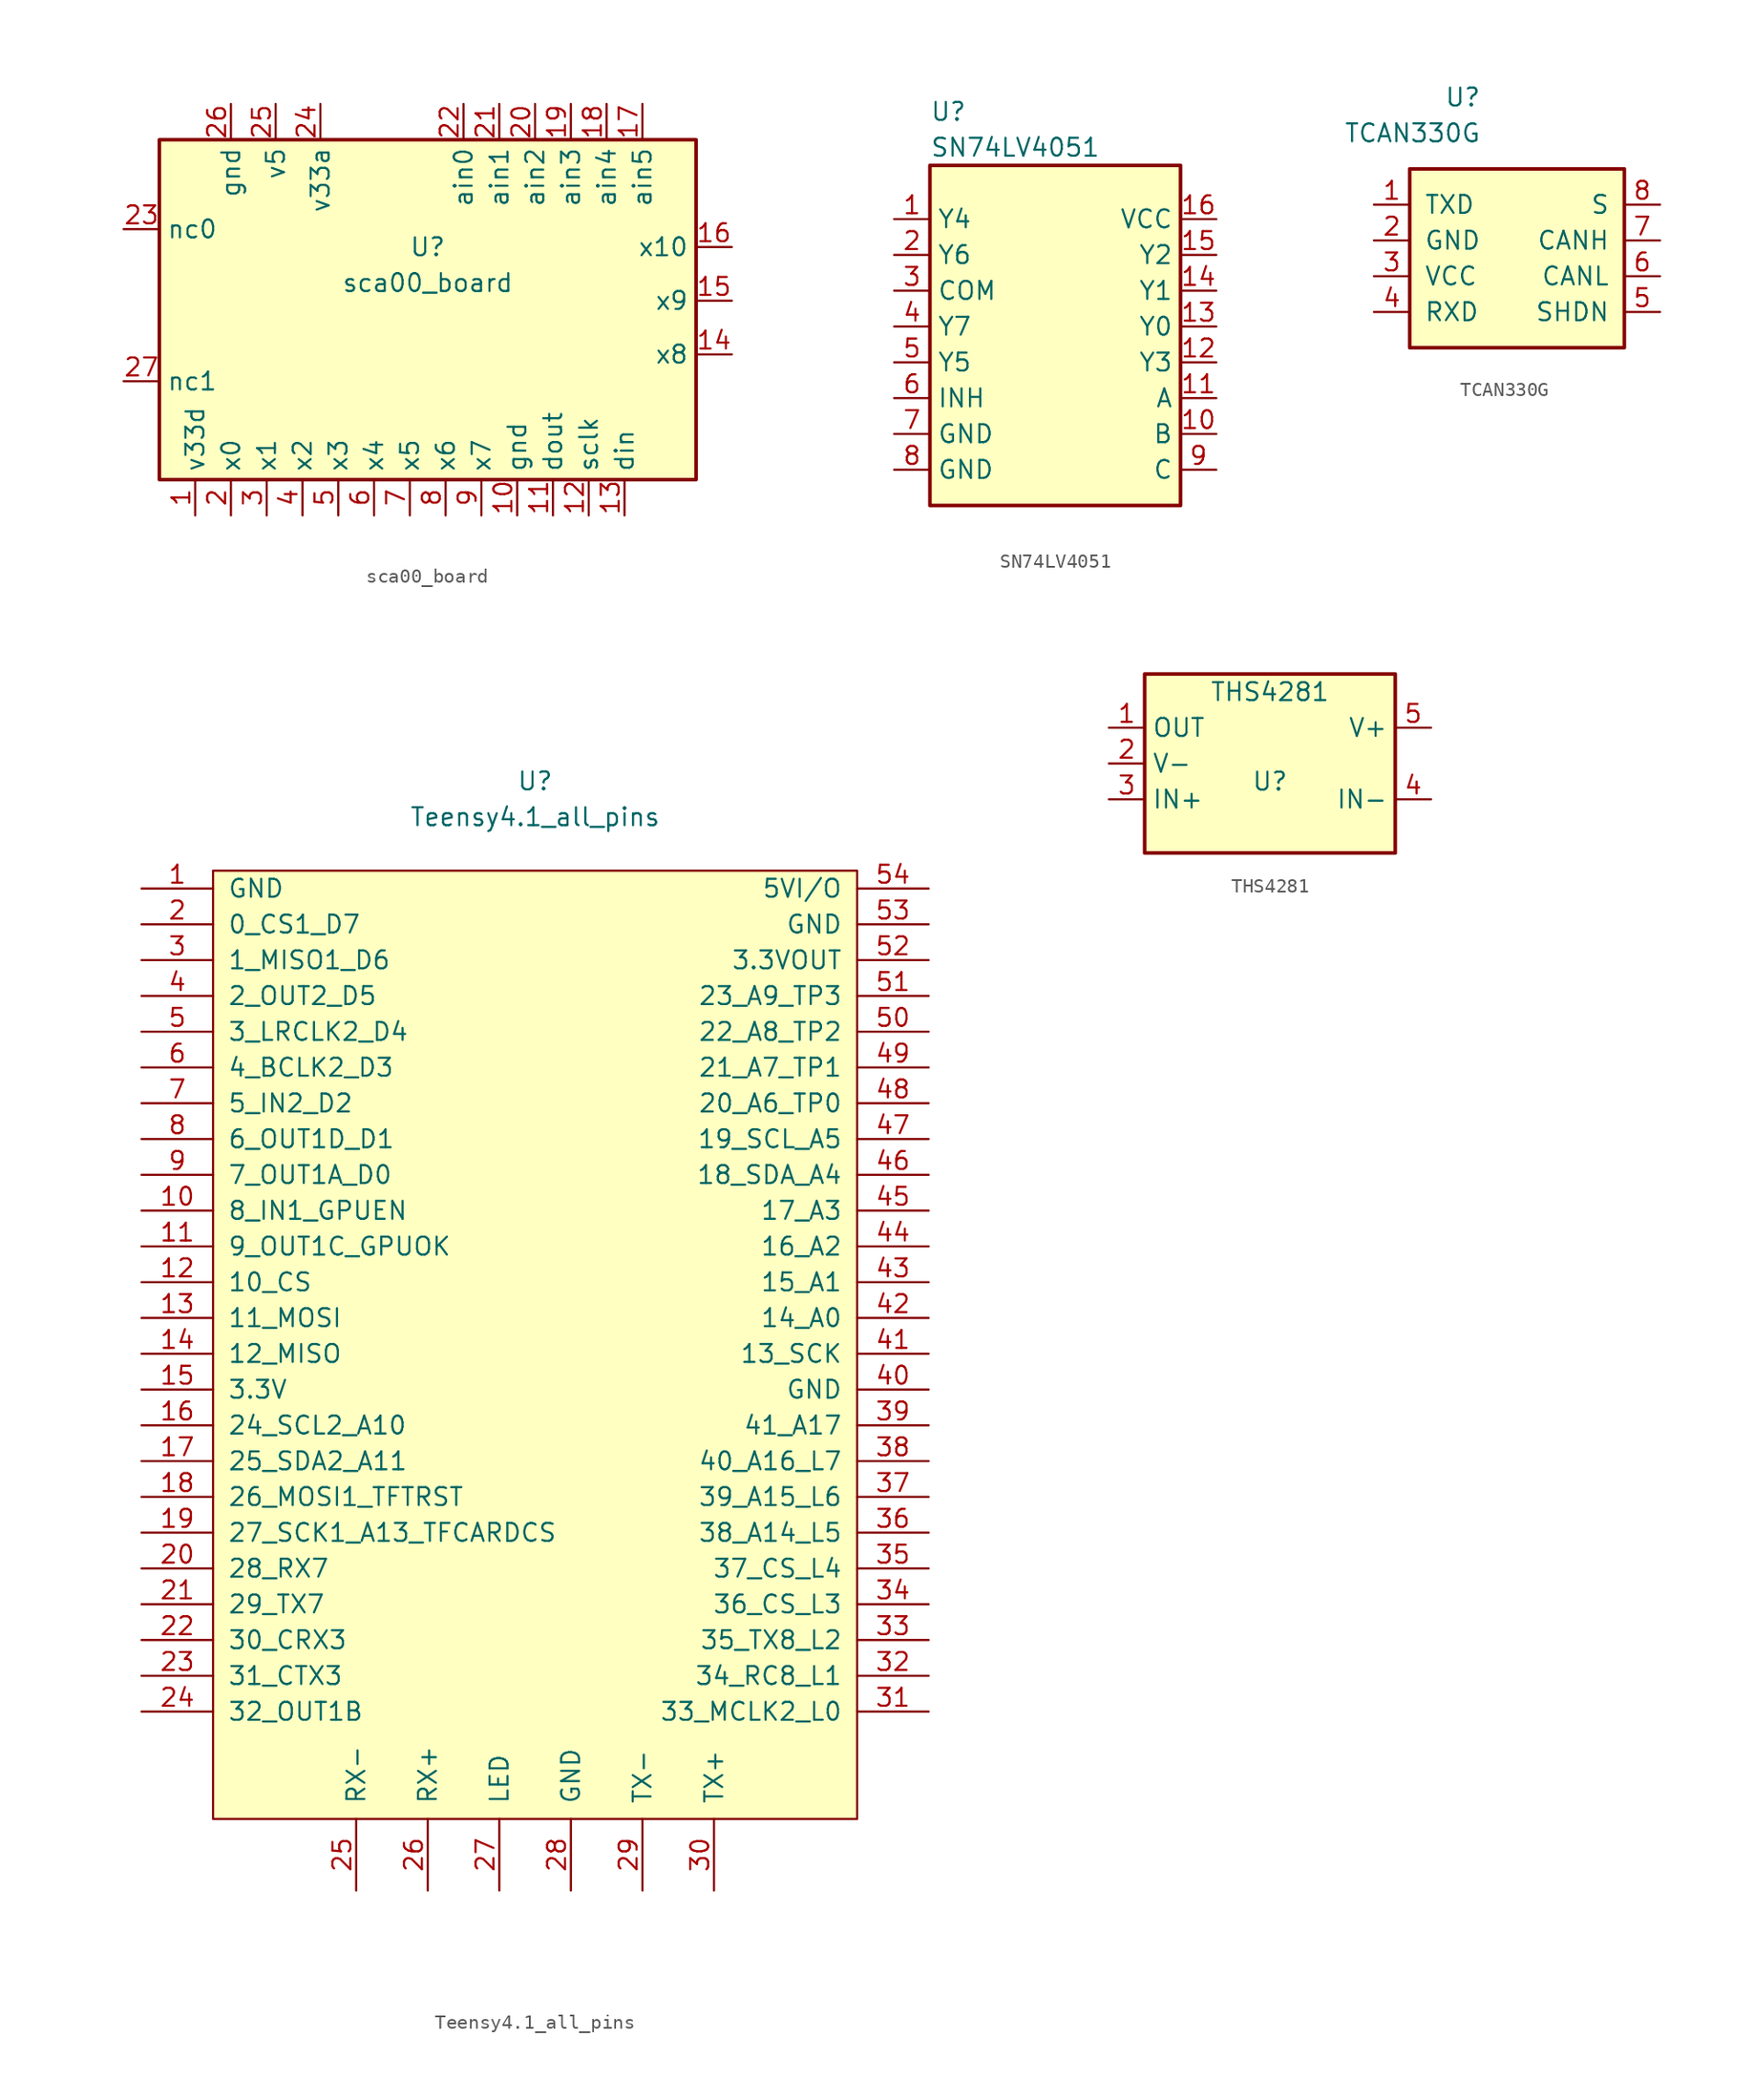
<source format=kicad_sym>
(kicad_symbol_lib
  (version 20220914)
  (generator kicad_symbol_editor)
  (symbol "sca00_board"
    (property "Reference" "U"
      (at 0 3.81 0)
      (effects (font (size 1.27 1.27))))
    (property "Value" "sca00_board"
      (at 0 1.27 0)
      (effects (font (size 1.27 1.27))))
    (symbol "sca00_board_0_1"
      (rectangle (start -19.05 11.43) (end 19.05 -12.7) (stroke (width 0.254) (type default)) (fill (type background))))
    (symbol "sca00_board_1_1"
      (pin power_in line (at -16.51 -15.24 90) (length 2.54) (name "v33d" (effects (font (size 1.27 1.27)))) (number "1" (effects (font (size 1.27 1.27)))))
      (pin power_in line (at 6.35 -15.24 90) (length 2.54) (name "gnd" (effects (font (size 1.27 1.27)))) (number "10" (effects (font (size 1.27 1.27)))))
      (pin output line (at 8.89 -15.24 90) (length 2.54) (name "dout" (effects (font (size 1.27 1.27)))) (number "11" (effects (font (size 1.27 1.27)))))
      (pin input line (at 11.43 -15.24 90) (length 2.54) (name "sclk" (effects (font (size 1.27 1.27)))) (number "12" (effects (font (size 1.27 1.27)))))
      (pin input line (at 13.97 -15.24 90) (length 2.54) (name "din" (effects (font (size 1.27 1.27)))) (number "13" (effects (font (size 1.27 1.27)))))
      (pin bidirectional line (at 21.59 -3.81 180) (length 2.54) (name "x8" (effects (font (size 1.27 1.27)))) (number "14" (effects (font (size 1.27 1.27)))))
      (pin bidirectional line (at 21.59 0 180) (length 2.54) (name "x9" (effects (font (size 1.27 1.27)))) (number "15" (effects (font (size 1.27 1.27)))))
      (pin bidirectional line (at 21.59 3.81 180) (length 2.54) (name "x10" (effects (font (size 1.27 1.27)))) (number "16" (effects (font (size 1.27 1.27)))))
      (pin input line (at 15.24 13.97 270) (length 2.54) (name "ain5" (effects (font (size 1.27 1.27)))) (number "17" (effects (font (size 1.27 1.27)))))
      (pin input line (at 12.7 13.97 270) (length 2.54) (name "ain4" (effects (font (size 1.27 1.27)))) (number "18" (effects (font (size 1.27 1.27)))))
      (pin input line (at 10.16 13.97 270) (length 2.54) (name "ain3" (effects (font (size 1.27 1.27)))) (number "19" (effects (font (size 1.27 1.27)))))
      (pin bidirectional line (at -13.97 -15.24 90) (length 2.54) (name "x0" (effects (font (size 1.27 1.27)))) (number "2" (effects (font (size 1.27 1.27)))))
      (pin input line (at 7.62 13.97 270) (length 2.54) (name "ain2" (effects (font (size 1.27 1.27)))) (number "20" (effects (font (size 1.27 1.27)))))
      (pin input line (at 5.08 13.97 270) (length 2.54) (name "ain1" (effects (font (size 1.27 1.27)))) (number "21" (effects (font (size 1.27 1.27)))))
      (pin input line (at 2.54 13.97 270) (length 2.54) (name "ain0" (effects (font (size 1.27 1.27)))) (number "22" (effects (font (size 1.27 1.27)))))
      (pin bidirectional line (at -21.59 5.08 0) (length 2.54) (name "nc0" (effects (font (size 1.27 1.27)))) (number "23" (effects (font (size 1.27 1.27)))))
      (pin power_in line (at -7.62 13.97 270) (length 2.54) (name "v33a" (effects (font (size 1.27 1.27)))) (number "24" (effects (font (size 1.27 1.27)))))
      (pin power_in line (at -10.795 13.97 270) (length 2.54) (name "v5" (effects (font (size 1.27 1.27)))) (number "25" (effects (font (size 1.27 1.27)))))
      (pin power_in line (at -13.97 13.97 270) (length 2.54) (name "gnd" (effects (font (size 1.27 1.27)))) (number "26" (effects (font (size 1.27 1.27)))))
      (pin bidirectional line (at -21.59 -5.715 0) (length 2.54) (name "nc1" (effects (font (size 1.27 1.27)))) (number "27" (effects (font (size 1.27 1.27)))))
      (pin bidirectional line (at -11.43 -15.24 90) (length 2.54) (name "x1" (effects (font (size 1.27 1.27)))) (number "3" (effects (font (size 1.27 1.27)))))
      (pin bidirectional line (at -8.89 -15.24 90) (length 2.54) (name "x2" (effects (font (size 1.27 1.27)))) (number "4" (effects (font (size 1.27 1.27)))))
      (pin bidirectional line (at -6.35 -15.24 90) (length 2.54) (name "x3" (effects (font (size 1.27 1.27)))) (number "5" (effects (font (size 1.27 1.27)))))
      (pin bidirectional line (at -3.81 -15.24 90) (length 2.54) (name "x4" (effects (font (size 1.27 1.27)))) (number "6" (effects (font (size 1.27 1.27)))))
      (pin bidirectional line (at -1.27 -15.24 90) (length 2.54) (name "x5" (effects (font (size 1.27 1.27)))) (number "7" (effects (font (size 1.27 1.27)))))
      (pin bidirectional line (at 1.27 -15.24 90) (length 2.54) (name "x6" (effects (font (size 1.27 1.27)))) (number "8" (effects (font (size 1.27 1.27)))))
      (pin bidirectional line (at 3.81 -15.24 90) (length 2.54) (name "x7" (effects (font (size 1.27 1.27)))) (number "9" (effects (font (size 1.27 1.27)))))))
  (symbol "SN74LV4051"
    (property "Reference" "U"
      (at -8.89 16.51 0)
      (effects (font (size 1.27 1.27)) (justify left)))
    (property "Value" "SN74LV4051"
      (at -8.89 13.97 0)
      (effects (font (size 1.27 1.27)) (justify left)))
    (symbol "SN74LV4051_0_1"
      (rectangle (start -8.89 12.7) (end 8.89 -11.43) (stroke (width 0.254) (type default)) (fill (type background))))
    (symbol "SN74LV4051_1_1"
      (pin input line (at -11.43 8.89 0) (length 2.54) (name "Y4" (effects (font (size 1.27 1.27)))) (number "1" (effects (font (size 1.27 1.27)))))
      (pin input line (at 11.43 -6.35 180) (length 2.54) (name "B" (effects (font (size 1.27 1.27)))) (number "10" (effects (font (size 1.27 1.27)))))
      (pin input line (at 11.43 -3.81 180) (length 2.54) (name "A" (effects (font (size 1.27 1.27)))) (number "11" (effects (font (size 1.27 1.27)))))
      (pin input line (at 11.43 -1.27 180) (length 2.54) (name "Y3" (effects (font (size 1.27 1.27)))) (number "12" (effects (font (size 1.27 1.27)))))
      (pin input line (at 11.43 1.27 180) (length 2.54) (name "Y0" (effects (font (size 1.27 1.27)))) (number "13" (effects (font (size 1.27 1.27)))))
      (pin input line (at 11.43 3.81 180) (length 2.54) (name "Y1" (effects (font (size 1.27 1.27)))) (number "14" (effects (font (size 1.27 1.27)))))
      (pin input line (at 11.43 6.35 180) (length 2.54) (name "Y2" (effects (font (size 1.27 1.27)))) (number "15" (effects (font (size 1.27 1.27)))))
      (pin power_in line (at 11.43 8.89 180) (length 2.54) (name "VCC" (effects (font (size 1.27 1.27)))) (number "16" (effects (font (size 1.27 1.27)))))
      (pin input line (at -11.43 6.35 0) (length 2.54) (name "Y6" (effects (font (size 1.27 1.27)))) (number "2" (effects (font (size 1.27 1.27)))))
      (pin output line (at -11.43 3.81 0) (length 2.54) (name "COM" (effects (font (size 1.27 1.27)))) (number "3" (effects (font (size 1.27 1.27)))))
      (pin input line (at -11.43 1.27 0) (length 2.54) (name "Y7" (effects (font (size 1.27 1.27)))) (number "4" (effects (font (size 1.27 1.27)))))
      (pin input line (at -11.43 -1.27 0) (length 2.54) (name "Y5" (effects (font (size 1.27 1.27)))) (number "5" (effects (font (size 1.27 1.27)))))
      (pin input line (at -11.43 -3.81 0) (length 2.54) (name "INH" (effects (font (size 1.27 1.27)))) (number "6" (effects (font (size 1.27 1.27)))))
      (pin power_in line (at -11.43 -6.35 0) (length 2.54) (name "GND" (effects (font (size 1.27 1.27)))) (number "7" (effects (font (size 1.27 1.27)))))
      (pin power_in line (at -11.43 -8.89 0) (length 2.54) (name "GND" (effects (font (size 1.27 1.27)))) (number "8" (effects (font (size 1.27 1.27)))))
      (pin input line (at 11.43 -8.89 180) (length 2.54) (name "C" (effects (font (size 1.27 1.27)))) (number "9" (effects (font (size 1.27 1.27)))))))
  (symbol "TCAN330G"
    (pin_names
      (offset 1.016))
    (property "Reference" "U"
      (at -2.54 10.16 0)
      (effects (font (size 1.27 1.27)) (justify right)))
    (property "Value" "TCAN330G"
      (at -2.54 7.62 0)
      (effects (font (size 1.27 1.27)) (justify right)))
    (symbol "TCAN330G_0_1"
      (rectangle (start -7.62 5.08) (end 7.62 -7.62) (stroke (width 0.254) (type default)) (fill (type background))))
    (symbol "TCAN330G_1_1"
      (pin input line (at -10.16 2.54 0) (length 2.54) (name "TXD" (effects (font (size 1.27 1.27)))) (number "1" (effects (font (size 1.27 1.27)))))
      (pin power_in line (at -10.16 0 0) (length 2.54) (name "GND" (effects (font (size 1.27 1.27)))) (number "2" (effects (font (size 1.27 1.27)))))
      (pin power_in line (at -10.16 -2.54 0) (length 2.54) (name "VCC" (effects (font (size 1.27 1.27)))) (number "3" (effects (font (size 1.27 1.27)))))
      (pin output line (at -10.16 -5.08 0) (length 2.54) (name "RXD" (effects (font (size 1.27 1.27)))) (number "4" (effects (font (size 1.27 1.27)))))
      (pin input line (at 10.16 -5.08 180) (length 2.54) (name "SHDN" (effects (font (size 1.27 1.27)))) (number "5" (effects (font (size 1.27 1.27)))))
      (pin bidirectional line (at 10.16 -2.54 180) (length 2.54) (name "CANL" (effects (font (size 1.27 1.27)))) (number "6" (effects (font (size 1.27 1.27)))))
      (pin bidirectional line (at 10.16 0 180) (length 2.54) (name "CANH" (effects (font (size 1.27 1.27)))) (number "7" (effects (font (size 1.27 1.27)))))
      (pin input line (at 10.16 2.54 180) (length 2.54) (name "S" (effects (font (size 1.27 1.27)))) (number "8" (effects (font (size 1.27 1.27)))))))
  (symbol "Teensy4.1_all_pins"
    (pin_names
      (offset 1.016))
    (property "Reference" "U"
      (at 0 35.56 0)
      (effects (font (size 1.27 1.27))))
    (property "Value" "Teensy4.1_all_pins"
      (at 0 33.02 0)
      (effects (font (size 1.27 1.27))))
    (symbol "Teensy4.1_all_pins_0_0"
      (pin output line (at -27.94 0 0) (length 5.08) (name "10_CS" (effects (font (size 1.27 1.27)))) (number "12" (effects (font (size 1.27 1.27)))))
      (pin output line (at -27.94 -2.54 0) (length 5.08) (name "11_MOSI" (effects (font (size 1.27 1.27)))) (number "13" (effects (font (size 1.27 1.27)))))
      (pin input line (at -27.94 -5.08 0) (length 5.08) (name "12_MISO" (effects (font (size 1.27 1.27)))) (number "14" (effects (font (size 1.27 1.27)))))
      (pin bidirectional line (at -27.94 -22.86 0) (length 5.08) (name "29_TX7" (effects (font (size 1.27 1.27)))) (number "21" (effects (font (size 1.27 1.27)))))
      (pin bidirectional line (at -27.94 -25.4 0) (length 5.08) (name "30_CRX3" (effects (font (size 1.27 1.27)))) (number "22" (effects (font (size 1.27 1.27)))))
      (pin bidirectional line (at -27.94 -27.94 0) (length 5.08) (name "31_CTX3" (effects (font (size 1.27 1.27)))) (number "23" (effects (font (size 1.27 1.27)))))
      (pin bidirectional line (at -27.94 -30.48 0) (length 5.08) (name "32_OUT1B" (effects (font (size 1.27 1.27)))) (number "24" (effects (font (size 1.27 1.27)))))
      (pin bidirectional line (at 27.94 -30.48 180) (length 5.08) (name "33_MCLK2_L0" (effects (font (size 1.27 1.27)))) (number "31" (effects (font (size 1.27 1.27)))))
      (pin bidirectional line (at 27.94 -27.94 180) (length 5.08) (name "34_RC8_L1" (effects (font (size 1.27 1.27)))) (number "32" (effects (font (size 1.27 1.27)))))
      (pin bidirectional line (at 27.94 -25.4 180) (length 5.08) (name "35_TX8_L2" (effects (font (size 1.27 1.27)))) (number "33" (effects (font (size 1.27 1.27)))))
      (pin bidirectional line (at 27.94 -22.86 180) (length 5.08) (name "36_CS_L3" (effects (font (size 1.27 1.27)))) (number "34" (effects (font (size 1.27 1.27)))))
      (pin bidirectional line (at 27.94 -20.32 180) (length 5.08) (name "37_CS_L4" (effects (font (size 1.27 1.27)))) (number "35" (effects (font (size 1.27 1.27)))))
      (pin bidirectional line (at 27.94 -17.78 180) (length 5.08) (name "38_A14_L5" (effects (font (size 1.27 1.27)))) (number "36" (effects (font (size 1.27 1.27)))))
      (pin bidirectional line (at 27.94 -15.24 180) (length 5.08) (name "39_A15_L6" (effects (font (size 1.27 1.27)))) (number "37" (effects (font (size 1.27 1.27)))))
      (pin bidirectional line (at 27.94 -12.7 180) (length 5.08) (name "40_A16_L7" (effects (font (size 1.27 1.27)))) (number "38" (effects (font (size 1.27 1.27)))))
      (pin bidirectional line (at 27.94 -10.16 180) (length 5.08) (name "41_A17" (effects (font (size 1.27 1.27)))) (number "39" (effects (font (size 1.27 1.27)))))
      (pin output line (at 27.94 -5.08 180) (length 5.08) (name "13_SCK" (effects (font (size 1.27 1.27)))) (number "41" (effects (font (size 1.27 1.27)))))
      (pin bidirectional line (at 27.94 -2.54 180) (length 5.08) (name "14_A0" (effects (font (size 1.27 1.27)))) (number "42" (effects (font (size 1.27 1.27)))))
      (pin bidirectional line (at 27.94 0 180) (length 5.08) (name "15_A1" (effects (font (size 1.27 1.27)))) (number "43" (effects (font (size 1.27 1.27)))))
      (pin bidirectional line (at 27.94 2.54 180) (length 5.08) (name "16_A2" (effects (font (size 1.27 1.27)))) (number "44" (effects (font (size 1.27 1.27)))))
      (pin bidirectional line (at 27.94 5.08 180) (length 5.08) (name "17_A3" (effects (font (size 1.27 1.27)))) (number "45" (effects (font (size 1.27 1.27)))))
      (pin bidirectional line (at 27.94 7.62 180) (length 5.08) (name "18_SDA_A4" (effects (font (size 1.27 1.27)))) (number "46" (effects (font (size 1.27 1.27)))))
      (pin bidirectional line (at 27.94 10.16 180) (length 5.08) (name "19_SCL_A5" (effects (font (size 1.27 1.27)))) (number "47" (effects (font (size 1.27 1.27)))))
      (pin bidirectional line (at 27.94 12.7 180) (length 5.08) (name "20_A6_TP0" (effects (font (size 1.27 1.27)))) (number "48" (effects (font (size 1.27 1.27)))))
      (pin bidirectional line (at 27.94 15.24 180) (length 5.08) (name "21_A7_TP1" (effects (font (size 1.27 1.27)))) (number "49" (effects (font (size 1.27 1.27)))))
      (pin bidirectional line (at 27.94 17.78 180) (length 5.08) (name "22_A8_TP2" (effects (font (size 1.27 1.27)))) (number "50" (effects (font (size 1.27 1.27)))))
      (pin bidirectional line (at 27.94 20.32 180) (length 5.08) (name "23_A9_TP3" (effects (font (size 1.27 1.27)))) (number "51" (effects (font (size 1.27 1.27)))))
      (pin power_in line (at 27.94 25.4 180) (length 5.08) (name "GND" (effects (font (size 1.27 1.27)))) (number "53" (effects (font (size 1.27 1.27)))))
      (pin power_in line (at 27.94 27.94 180) (length 5.08) (name "5VI/O" (effects (font (size 1.27 1.27)))) (number "54" (effects (font (size 1.27 1.27))))))
    (symbol "Teensy4.1_all_pins_0_1"
      (rectangle (start -22.86 29.21) (end 22.86 -38.1) (stroke (width 0) (type default)) (fill (type background))))
    (symbol "Teensy4.1_all_pins_1_1"
      (pin power_in line (at -27.94 27.94 0) (length 5.08) (name "GND" (effects (font (size 1.27 1.27)))) (number "1" (effects (font (size 1.27 1.27)))))
      (pin bidirectional line (at -27.94 5.08 0) (length 5.08) (name "8_IN1_GPUEN" (effects (font (size 1.27 1.27)))) (number "10" (effects (font (size 1.27 1.27)))))
      (pin bidirectional line (at -27.94 2.54 0) (length 5.08) (name "9_OUT1C_GPUOK" (effects (font (size 1.27 1.27)))) (number "11" (effects (font (size 1.27 1.27)))))
      (pin power_out line (at -27.94 -7.62 0) (length 5.08) (name "3.3V" (effects (font (size 1.27 1.27)))) (number "15" (effects (font (size 1.27 1.27)))))
      (pin bidirectional line (at -27.94 -10.16 0) (length 5.08) (name "24_SCL2_A10" (effects (font (size 1.27 1.27)))) (number "16" (effects (font (size 1.27 1.27)))))
      (pin bidirectional line (at -27.94 -12.7 0) (length 5.08) (name "25_SDA2_A11" (effects (font (size 1.27 1.27)))) (number "17" (effects (font (size 1.27 1.27)))))
      (pin bidirectional line (at -27.94 -15.24 0) (length 5.08) (name "26_MOSI1_TFTRST" (effects (font (size 1.27 1.27)))) (number "18" (effects (font (size 1.27 1.27)))))
      (pin bidirectional line (at -27.94 -17.78 0) (length 5.08) (name "27_SCK1_A13_TFCARDCS" (effects (font (size 1.27 1.27)))) (number "19" (effects (font (size 1.27 1.27)))))
      (pin bidirectional line (at -27.94 25.4 0) (length 5.08) (name "0_CS1_D7" (effects (font (size 1.27 1.27)))) (number "2" (effects (font (size 1.27 1.27)))))
      (pin bidirectional line (at -27.94 -20.32 0) (length 5.08) (name "28_RX7" (effects (font (size 1.27 1.27)))) (number "20" (effects (font (size 1.27 1.27)))))
      (pin input line (at -12.7 -43.18 90) (length 5.08) (name "RX-" (effects (font (size 1.27 1.27)))) (number "25" (effects (font (size 1.27 1.27)))))
      (pin input line (at -7.62 -43.18 90) (length 5.08) (name "RX+" (effects (font (size 1.27 1.27)))) (number "26" (effects (font (size 1.27 1.27)))))
      (pin output line (at -2.54 -43.18 90) (length 5.08) (name "LED" (effects (font (size 1.27 1.27)))) (number "27" (effects (font (size 1.27 1.27)))))
      (pin passive line (at 2.54 -43.18 90) (length 5.08) (name "GND" (effects (font (size 1.27 1.27)))) (number "28" (effects (font (size 1.27 1.27)))))
      (pin output line (at 7.62 -43.18 90) (length 5.08) (name "TX-" (effects (font (size 1.27 1.27)))) (number "29" (effects (font (size 1.27 1.27)))))
      (pin bidirectional line (at -27.94 22.86 0) (length 5.08) (name "1_MISO1_D6" (effects (font (size 1.27 1.27)))) (number "3" (effects (font (size 1.27 1.27)))))
      (pin output line (at 12.7 -43.18 90) (length 5.08) (name "TX+" (effects (font (size 1.27 1.27)))) (number "30" (effects (font (size 1.27 1.27)))))
      (pin bidirectional line (at -27.94 20.32 0) (length 5.08) (name "2_OUT2_D5" (effects (font (size 1.27 1.27)))) (number "4" (effects (font (size 1.27 1.27)))))
      (pin power_in line (at 27.94 -7.62 180) (length 5.08) (name "GND" (effects (font (size 1.27 1.27)))) (number "40" (effects (font (size 1.27 1.27)))))
      (pin bidirectional line (at -27.94 17.78 0) (length 5.08) (name "3_LRCLK2_D4" (effects (font (size 1.27 1.27)))) (number "5" (effects (font (size 1.27 1.27)))))
      (pin power_out line (at 27.94 22.86 180) (length 5.08) (name "3.3VOUT" (effects (font (size 1.27 1.27)))) (number "52" (effects (font (size 1.27 1.27)))))
      (pin bidirectional line (at -27.94 15.24 0) (length 5.08) (name "4_BCLK2_D3" (effects (font (size 1.27 1.27)))) (number "6" (effects (font (size 1.27 1.27)))))
      (pin bidirectional line (at -27.94 12.7 0) (length 5.08) (name "5_IN2_D2" (effects (font (size 1.27 1.27)))) (number "7" (effects (font (size 1.27 1.27)))))
      (pin bidirectional line (at -27.94 10.16 0) (length 5.08) (name "6_OUT1D_D1" (effects (font (size 1.27 1.27)))) (number "8" (effects (font (size 1.27 1.27)))))
      (pin bidirectional line (at -27.94 7.62 0) (length 5.08) (name "7_OUT1A_D0" (effects (font (size 1.27 1.27)))) (number "9" (effects (font (size 1.27 1.27)))))))
  (symbol "THS4281"
    (property "Reference" "U"
      (at 0 -1.27 0)
      (effects (font (size 1.27 1.27))))
    (property "Value" "THS4281"
      (at 0 5.08 0)
      (effects (font (size 1.27 1.27))))
    (symbol "THS4281_0_1"
      (rectangle (start -8.89 6.35) (end 8.89 -6.35) (stroke (width 0.254) (type default)) (fill (type background))))
    (symbol "THS4281_1_1"
      (pin output line (at -11.43 2.54 0) (length 2.54) (name "OUT" (effects (font (size 1.27 1.27)))) (number "1" (effects (font (size 1.27 1.27)))))
      (pin power_in line (at -11.43 0 0) (length 2.54) (name "V-" (effects (font (size 1.27 1.27)))) (number "2" (effects (font (size 1.27 1.27)))))
      (pin input line (at -11.43 -2.54 0) (length 2.54) (name "IN+" (effects (font (size 1.27 1.27)))) (number "3" (effects (font (size 1.27 1.27)))))
      (pin input line (at 11.43 -2.54 180) (length 2.54) (name "IN-" (effects (font (size 1.27 1.27)))) (number "4" (effects (font (size 1.27 1.27)))))
      (pin power_in line (at 11.43 2.54 180) (length 2.54) (name "V+" (effects (font (size 1.27 1.27)))) (number "5" (effects (font (size 1.27 1.27))))))))
</source>
